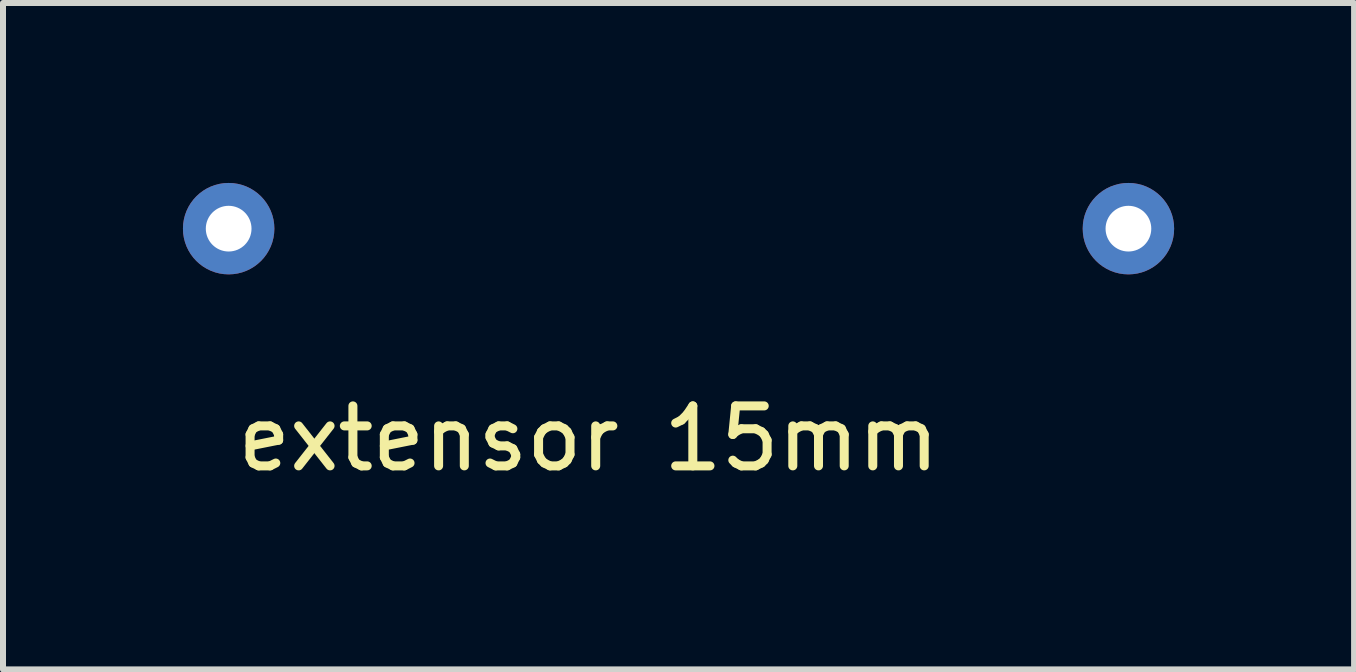
<source format=kicad_pcb>
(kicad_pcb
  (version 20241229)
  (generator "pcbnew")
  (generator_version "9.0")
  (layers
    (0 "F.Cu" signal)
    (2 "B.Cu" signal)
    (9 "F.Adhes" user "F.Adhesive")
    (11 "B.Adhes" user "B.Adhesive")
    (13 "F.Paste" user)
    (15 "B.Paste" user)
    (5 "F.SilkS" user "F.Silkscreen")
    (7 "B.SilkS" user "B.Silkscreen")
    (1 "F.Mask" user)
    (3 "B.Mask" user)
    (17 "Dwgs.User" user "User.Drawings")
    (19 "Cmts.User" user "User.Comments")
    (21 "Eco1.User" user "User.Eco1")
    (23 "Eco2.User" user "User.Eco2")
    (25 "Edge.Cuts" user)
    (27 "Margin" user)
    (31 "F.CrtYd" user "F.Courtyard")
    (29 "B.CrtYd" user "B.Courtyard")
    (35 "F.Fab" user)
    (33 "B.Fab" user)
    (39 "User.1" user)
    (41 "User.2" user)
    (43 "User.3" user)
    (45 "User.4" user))
  (footprint "extensor 15mm"
    (layer "F.Cu")
    (at 6.762 3.762)
    (property "Reference" "extensor 15mm" (at 0 0.5 0) (layer "F.SilkS") (effects (font (size 1 1) (thickness 0.15))))
    (attr through_hole)
    (pad "1" thru_hole circle (at -6 -3) (size 1.524 1.524) (drill 0.762) (layers "*.Cu" "*.Mask"))
    (pad "2" thru_hole circle (at 9 -3) (size 1.524 1.524) (drill 0.762) (layers "*.Cu" "*.Mask")))
  (gr_rect
    (start -3 -3)
    (end 19.524 8.11)
    (stroke (width 0.1) (type default))
    (fill no)
    (layer "Edge.Cuts")))
</source>
